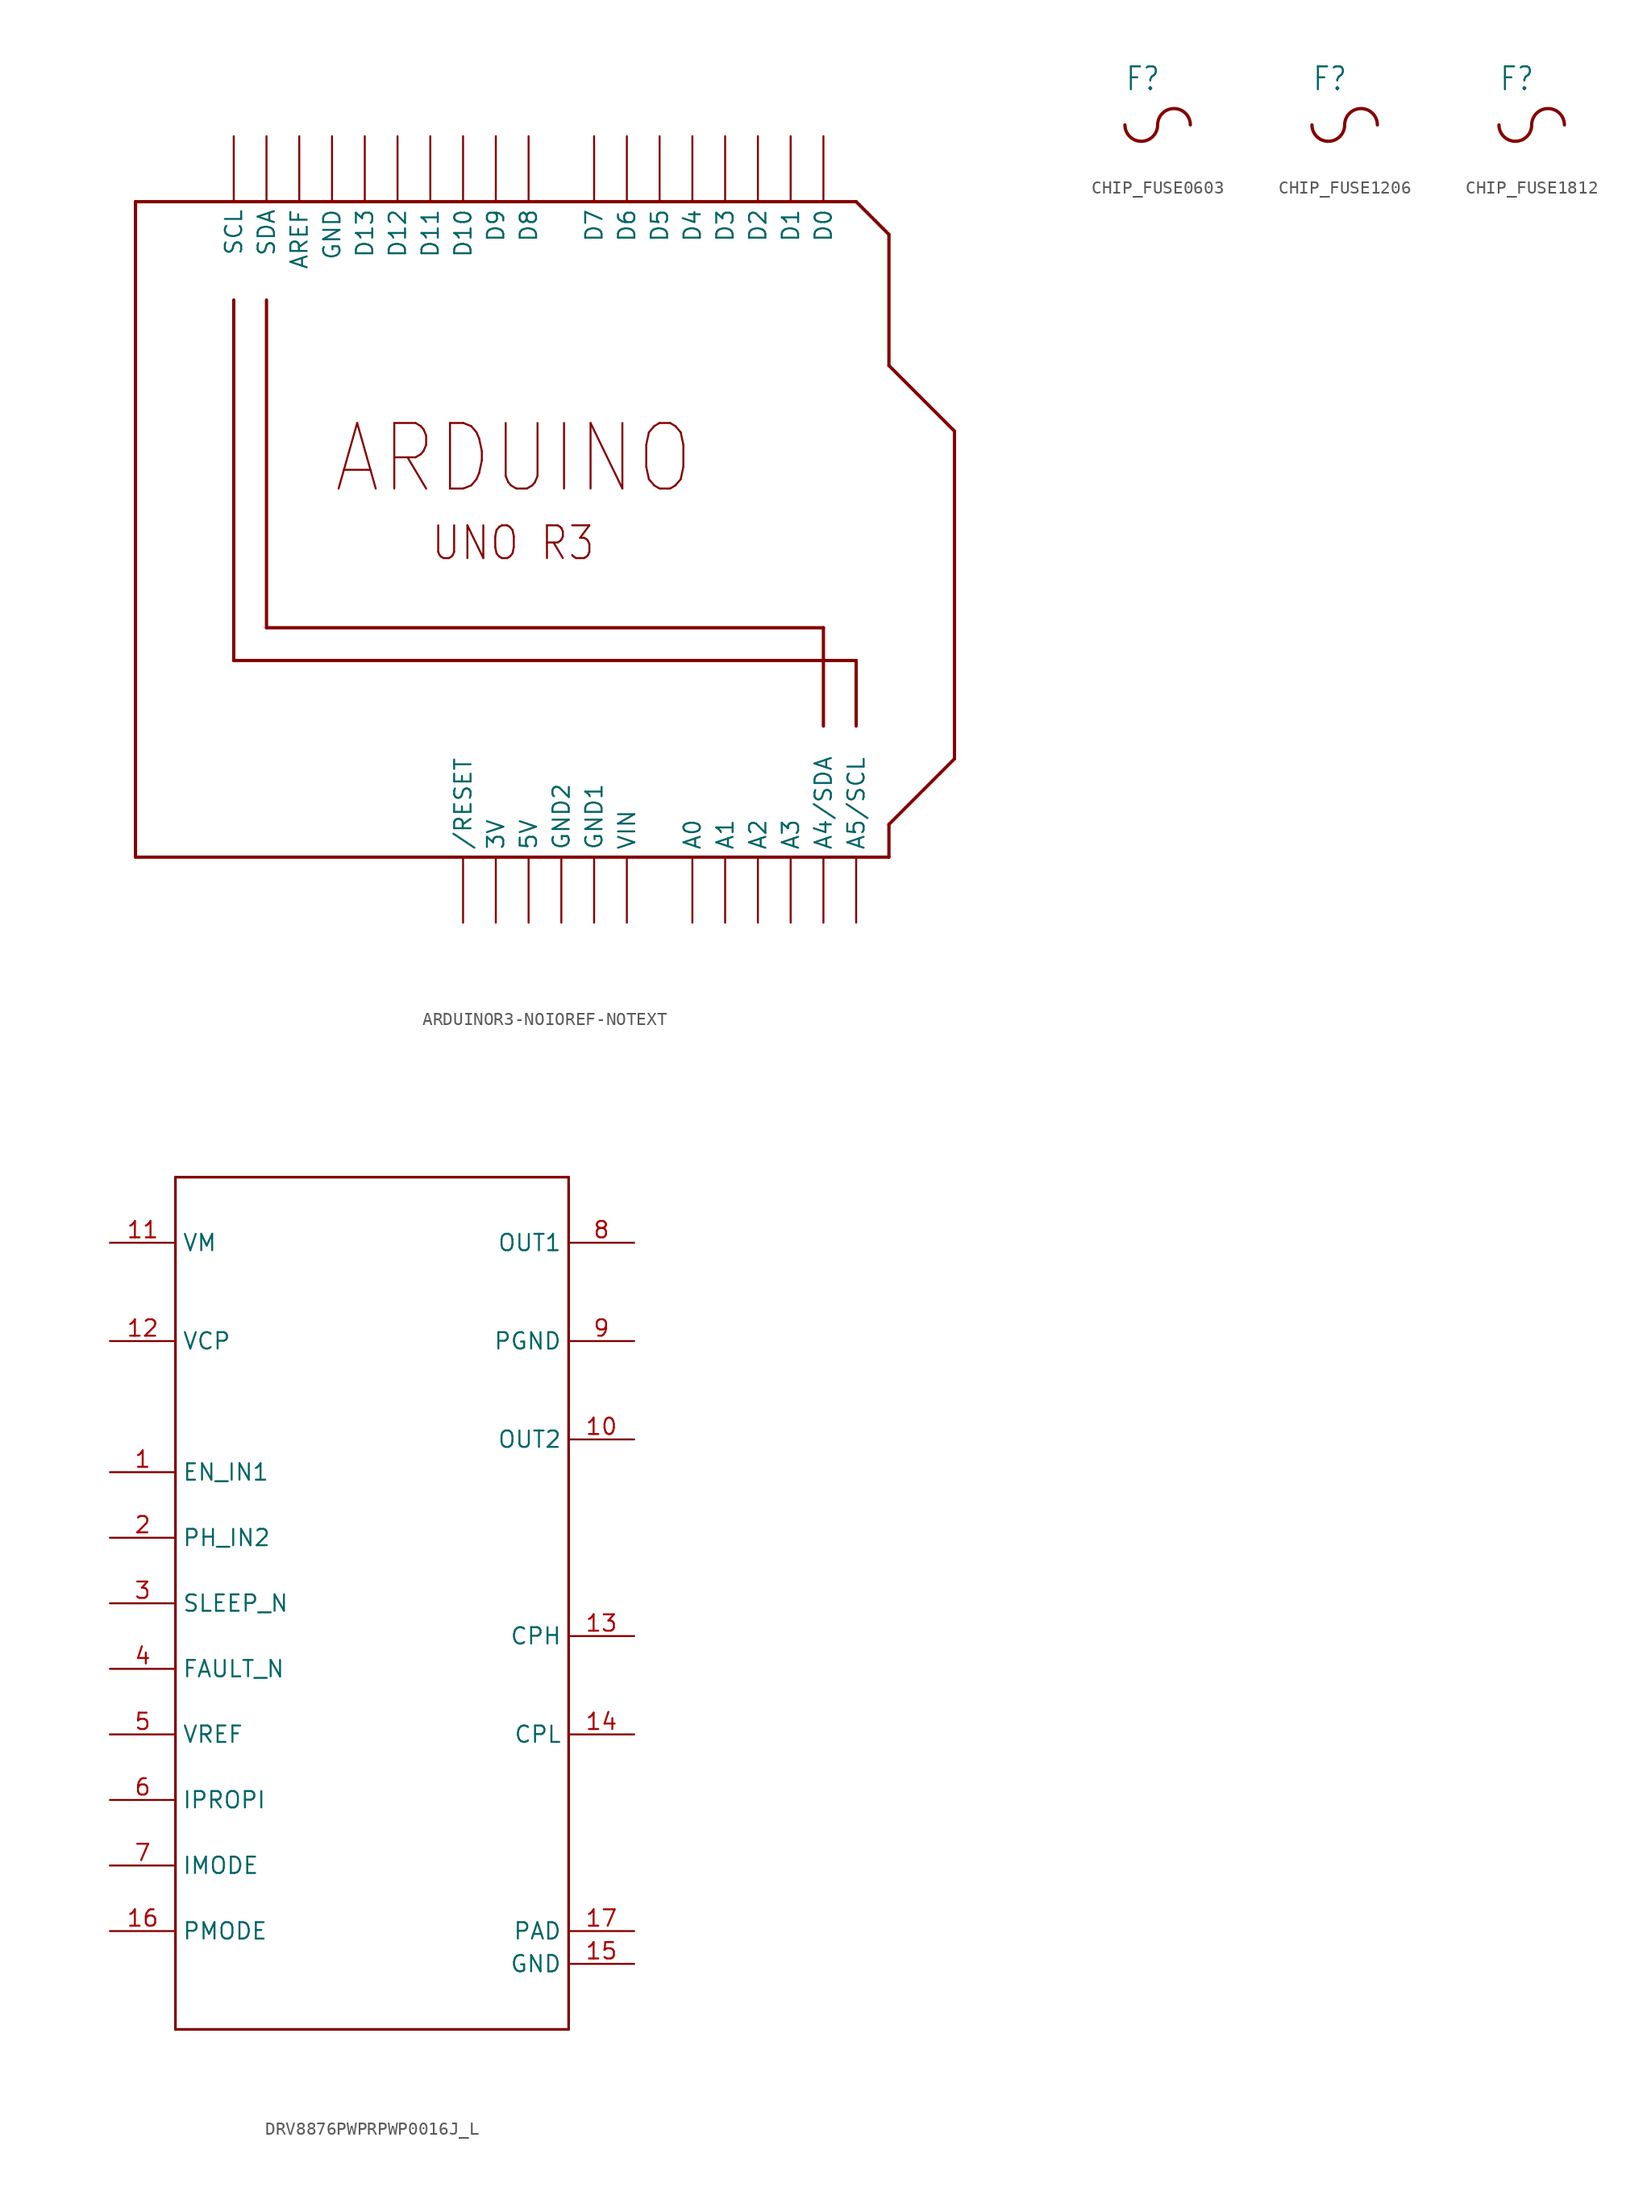
<source format=kicad_sym>
(kicad_symbol_lib
  (version 20220914)
  (generator kicad_symbol_editor)
  (symbol "ARDUINOR3-NOIOREF-NOTEXT"
    (property "Reference" "Q"
      (at 0 0 0)
      (effects (font (size 1.27 1.27)) hide))
    (property "ki_locked" ""
      (at 0 0 0)
      (effects (font (size 1.27 1.27))))
    (symbol "ARDUINOR3-NOIOREF-NOTEXT_1_0"
      (polyline (pts (xy -33.02 -25.4) (xy 25.4 -25.4)) (stroke (width 0.254) (type solid)) (fill (type none)))
      (polyline (pts (xy -33.02 25.4) (xy -33.02 -25.4)) (stroke (width 0.254) (type solid)) (fill (type none)))
      (polyline (pts (xy -25.4 -10.16) (xy 22.86 -10.16)) (stroke (width 0.254) (type solid)) (fill (type none)))
      (polyline (pts (xy -25.4 17.78) (xy -25.4 -10.16)) (stroke (width 0.254) (type solid)) (fill (type none)))
      (polyline (pts (xy -22.86 -7.62) (xy 20.32 -7.62)) (stroke (width 0.254) (type solid)) (fill (type none)))
      (polyline (pts (xy -22.86 17.78) (xy -22.86 -7.62)) (stroke (width 0.254) (type solid)) (fill (type none)))
      (polyline (pts (xy 20.32 -7.62) (xy 20.32 -15.24)) (stroke (width 0.254) (type solid)) (fill (type none)))
      (polyline (pts (xy 22.86 -10.16) (xy 22.86 -15.24)) (stroke (width 0.254) (type solid)) (fill (type none)))
      (polyline (pts (xy 22.86 25.4) (xy -33.02 25.4)) (stroke (width 0.254) (type solid)) (fill (type none)))
      (polyline (pts (xy 25.4 -25.4) (xy 25.4 -22.86)) (stroke (width 0.254) (type solid)) (fill (type none)))
      (polyline (pts (xy 25.4 -22.86) (xy 30.48 -17.78)) (stroke (width 0.254) (type solid)) (fill (type none)))
      (polyline (pts (xy 25.4 12.7) (xy 25.4 22.86)) (stroke (width 0.254) (type solid)) (fill (type none)))
      (polyline (pts (xy 25.4 22.86) (xy 22.86 25.4)) (stroke (width 0.254) (type solid)) (fill (type none)))
      (polyline (pts (xy 30.48 -17.78) (xy 30.48 7.62)) (stroke (width 0.254) (type solid)) (fill (type none)))
      (polyline (pts (xy 30.48 7.62) (xy 25.4 12.7)) (stroke (width 0.254) (type solid)) (fill (type none)))
      (text "ARDUINO" (at -17.78 2.54 0) (effects (font (size 5.08 4.318)) (justify left bottom)))
      (text "UNO R3" (at -10.16 -2.54 0) (effects (font (size 2.54 2.159)) (justify left bottom)))
      (pin power_in line (at -5.08 -30.48 90) (length 5.08) (name "3V" (effects (font (size 1.27 1.27)))) (number "3V" (effects (font (size 0 0)))))
      (pin power_in line (at -2.54 -30.48 90) (length 5.08) (name "5V" (effects (font (size 1.27 1.27)))) (number "5V" (effects (font (size 0 0)))))
      (pin bidirectional line (at 10.16 -30.48 90) (length 5.08) (name "A0" (effects (font (size 1.27 1.27)))) (number "A0" (effects (font (size 0 0)))))
      (pin bidirectional line (at 12.7 -30.48 90) (length 5.08) (name "A1" (effects (font (size 1.27 1.27)))) (number "A1" (effects (font (size 0 0)))))
      (pin bidirectional line (at 15.24 -30.48 90) (length 5.08) (name "A2" (effects (font (size 1.27 1.27)))) (number "A2" (effects (font (size 0 0)))))
      (pin bidirectional line (at 17.78 -30.48 90) (length 5.08) (name "A3" (effects (font (size 1.27 1.27)))) (number "A3" (effects (font (size 0 0)))))
      (pin bidirectional line (at 20.32 -30.48 90) (length 5.08) (name "A4/SDA" (effects (font (size 1.27 1.27)))) (number "A4" (effects (font (size 0 0)))))
      (pin bidirectional line (at 22.86 -30.48 90) (length 5.08) (name "A5/SCL" (effects (font (size 1.27 1.27)))) (number "A5" (effects (font (size 0 0)))))
      (pin bidirectional line (at -20.32 30.48 270) (length 5.08) (name "AREF" (effects (font (size 1.27 1.27)))) (number "AREF" (effects (font (size 0 0)))))
      (pin bidirectional line (at 20.32 30.48 270) (length 5.08) (name "D0" (effects (font (size 1.27 1.27)))) (number "D0" (effects (font (size 0 0)))))
      (pin bidirectional line (at 17.78 30.48 270) (length 5.08) (name "D1" (effects (font (size 1.27 1.27)))) (number "D1" (effects (font (size 0 0)))))
      (pin bidirectional line (at -7.62 30.48 270) (length 5.08) (name "D10" (effects (font (size 1.27 1.27)))) (number "D10" (effects (font (size 0 0)))))
      (pin bidirectional line (at -10.16 30.48 270) (length 5.08) (name "D11" (effects (font (size 1.27 1.27)))) (number "D11" (effects (font (size 0 0)))))
      (pin bidirectional line (at -12.7 30.48 270) (length 5.08) (name "D12" (effects (font (size 1.27 1.27)))) (number "D12" (effects (font (size 0 0)))))
      (pin bidirectional line (at -15.24 30.48 270) (length 5.08) (name "D13" (effects (font (size 1.27 1.27)))) (number "D13" (effects (font (size 0 0)))))
      (pin bidirectional line (at 15.24 30.48 270) (length 5.08) (name "D2" (effects (font (size 1.27 1.27)))) (number "D2" (effects (font (size 0 0)))))
      (pin bidirectional line (at 12.7 30.48 270) (length 5.08) (name "D3" (effects (font (size 1.27 1.27)))) (number "D3" (effects (font (size 0 0)))))
      (pin bidirectional line (at 10.16 30.48 270) (length 5.08) (name "D4" (effects (font (size 1.27 1.27)))) (number "D4" (effects (font (size 0 0)))))
      (pin bidirectional line (at 7.62 30.48 270) (length 5.08) (name "D5" (effects (font (size 1.27 1.27)))) (number "D5" (effects (font (size 0 0)))))
      (pin bidirectional line (at 5.08 30.48 270) (length 5.08) (name "D6" (effects (font (size 1.27 1.27)))) (number "D6" (effects (font (size 0 0)))))
      (pin bidirectional line (at 2.54 30.48 270) (length 5.08) (name "D7" (effects (font (size 1.27 1.27)))) (number "D7" (effects (font (size 0 0)))))
      (pin bidirectional line (at -2.54 30.48 270) (length 5.08) (name "D8" (effects (font (size 1.27 1.27)))) (number "D8" (effects (font (size 0 0)))))
      (pin bidirectional line (at -5.08 30.48 270) (length 5.08) (name "D9" (effects (font (size 1.27 1.27)))) (number "D9" (effects (font (size 0 0)))))
      (pin power_in line (at -17.78 30.48 270) (length 5.08) (name "GND" (effects (font (size 1.27 1.27)))) (number "GND" (effects (font (size 0 0)))))
      (pin power_in line (at 2.54 -30.48 90) (length 5.08) (name "GND1" (effects (font (size 1.27 1.27)))) (number "GND1" (effects (font (size 0 0)))))
      (pin power_in line (at 0 -30.48 90) (length 5.08) (name "GND2" (effects (font (size 1.27 1.27)))) (number "GND2" (effects (font (size 0 0)))))
      (pin bidirectional line (at -7.62 -30.48 90) (length 5.08) (name "/RESET" (effects (font (size 1.27 1.27)))) (number "RESET" (effects (font (size 0 0)))))
      (pin bidirectional line (at -25.4 30.48 270) (length 5.08) (name "SCL" (effects (font (size 1.27 1.27)))) (number "SCL" (effects (font (size 0 0)))))
      (pin bidirectional line (at -22.86 30.48 270) (length 5.08) (name "SDA" (effects (font (size 1.27 1.27)))) (number "SDA" (effects (font (size 0 0)))))
      (pin power_in line (at 5.08 -30.48 90) (length 5.08) (name "VIN" (effects (font (size 1.27 1.27)))) (number "VIN" (effects (font (size 0 0)))))))
  (symbol "CHIP_FUSE0603"
    (property "Reference" "F"
      (at -2.54 2.54 0)
      (effects (font (size 1.778 1.511)) (justify left bottom)))
    (property "Value" ""
      (at -2.54 -2.54 0)
      (effects (font (size 1.778 1.511)) (justify left top)))
    (property "ki_locked" ""
      (at 0 0 0)
      (effects (font (size 1.27 1.27))))
    (symbol "CHIP_FUSE0603_1_0"
      (arc (start -2.54 0) (mid -1.27 -1.27) (end 0 0) (stroke (width 0.254) (type solid)) (fill (type none)))
      (arc (start 2.54 0) (mid 1.27 1.27) (end 0 0) (stroke (width 0.254) (type solid)) (fill (type none)))
      (pin bidirectional line (at -2.54 0 0) (length 0) (name "1" (effects (font (size 0 0)))) (number "1" (effects (font (size 0 0)))))
      (pin bidirectional line (at 2.54 0 180) (length 0) (name "2" (effects (font (size 0 0)))) (number "2" (effects (font (size 0 0)))))))
  (symbol "CHIP_FUSE1206"
    (property "Reference" "F"
      (at -2.54 2.54 0)
      (effects (font (size 1.778 1.511)) (justify left bottom)))
    (property "Value" ""
      (at -2.54 -2.54 0)
      (effects (font (size 1.778 1.511)) (justify left top)))
    (property "ki_locked" ""
      (at 0 0 0)
      (effects (font (size 1.27 1.27))))
    (symbol "CHIP_FUSE1206_1_0"
      (arc (start -2.54 0) (mid -1.27 -1.27) (end 0 0) (stroke (width 0.254) (type solid)) (fill (type none)))
      (arc (start 2.54 0) (mid 1.27 1.27) (end 0 0) (stroke (width 0.254) (type solid)) (fill (type none)))
      (pin bidirectional line (at -2.54 0 0) (length 0) (name "1" (effects (font (size 0 0)))) (number "1" (effects (font (size 0 0)))))
      (pin bidirectional line (at 2.54 0 180) (length 0) (name "2" (effects (font (size 0 0)))) (number "2" (effects (font (size 0 0)))))))
  (symbol "CHIP_FUSE1812"
    (property "Reference" "F"
      (at -2.54 2.54 0)
      (effects (font (size 1.778 1.511)) (justify left bottom)))
    (property "Value" ""
      (at -2.54 -2.54 0)
      (effects (font (size 1.778 1.511)) (justify left top)))
    (property "ki_locked" ""
      (at 0 0 0)
      (effects (font (size 1.27 1.27))))
    (symbol "CHIP_FUSE1812_1_0"
      (arc (start -2.54 0) (mid -1.27 -1.27) (end 0 0) (stroke (width 0.254) (type solid)) (fill (type none)))
      (arc (start 2.54 0) (mid 1.27 1.27) (end 0 0) (stroke (width 0.254) (type solid)) (fill (type none)))
      (pin bidirectional line (at -2.54 0 0) (length 0) (name "1" (effects (font (size 0 0)))) (number "1" (effects (font (size 0 0)))))
      (pin bidirectional line (at 2.54 0 180) (length 0) (name "2" (effects (font (size 0 0)))) (number "2" (effects (font (size 0 0)))))))
  (symbol "DRV8876PWPRPWP0016J_L"
    (property "Reference" "U"
      (at -4.724 1.499 0)
      (effects (font (size 2.083 1.77)) (justify left bottom) hide))
    (property "ki_locked" ""
      (at 0 0 0)
      (effects (font (size 1.27 1.27))))
    (symbol "DRV8876PWPRPWP0016J_L_1_0"
      (polyline (pts (xy -15.24 -33.02) (xy 15.24 -33.02)) (stroke (width 0.203) (type solid)) (fill (type none)))
      (polyline (pts (xy -15.24 33.02) (xy -15.24 -33.02)) (stroke (width 0.203) (type solid)) (fill (type none)))
      (polyline (pts (xy 15.24 -33.02) (xy 15.24 33.02)) (stroke (width 0.203) (type solid)) (fill (type none)))
      (polyline (pts (xy 15.24 33.02) (xy -15.24 33.02)) (stroke (width 0.203) (type solid)) (fill (type none)))
      (pin input line (at -20.32 10.16 0) (length 5.08) (name "EN_IN1" (effects (font (size 1.27 1.27)))) (number "1" (effects (font (size 1.27 1.27)))))
      (pin output line (at 20.32 12.7 180) (length 5.08) (name "OUT2" (effects (font (size 1.27 1.27)))) (number "10" (effects (font (size 1.27 1.27)))))
      (pin power_in line (at -20.32 27.94 0) (length 5.08) (name "VM" (effects (font (size 1.27 1.27)))) (number "11" (effects (font (size 1.27 1.27)))))
      (pin power_in line (at -20.32 20.32 0) (length 5.08) (name "VCP" (effects (font (size 1.27 1.27)))) (number "12" (effects (font (size 1.27 1.27)))))
      (pin power_in line (at 20.32 -2.54 180) (length 5.08) (name "CPH" (effects (font (size 1.27 1.27)))) (number "13" (effects (font (size 1.27 1.27)))))
      (pin power_in line (at 20.32 -10.16 180) (length 5.08) (name "CPL" (effects (font (size 1.27 1.27)))) (number "14" (effects (font (size 1.27 1.27)))))
      (pin power_in line (at 20.32 -27.94 180) (length 5.08) (name "GND" (effects (font (size 1.27 1.27)))) (number "15" (effects (font (size 1.27 1.27)))))
      (pin input line (at -20.32 -25.4 0) (length 5.08) (name "PMODE" (effects (font (size 1.27 1.27)))) (number "16" (effects (font (size 1.27 1.27)))))
      (pin power_in line (at 20.32 -25.4 180) (length 5.08) (name "PAD" (effects (font (size 1.27 1.27)))) (number "17" (effects (font (size 1.27 1.27)))))
      (pin input line (at -20.32 5.08 0) (length 5.08) (name "PH_IN2" (effects (font (size 1.27 1.27)))) (number "2" (effects (font (size 1.27 1.27)))))
      (pin input line (at -20.32 0 0) (length 5.08) (name "SLEEP_N" (effects (font (size 1.27 1.27)))) (number "3" (effects (font (size 1.27 1.27)))))
      (pin open_collector line (at -20.32 -5.08 0) (length 5.08) (name "FAULT_N" (effects (font (size 1.27 1.27)))) (number "4" (effects (font (size 1.27 1.27)))))
      (pin power_in line (at -20.32 -10.16 0) (length 5.08) (name "VREF" (effects (font (size 1.27 1.27)))) (number "5" (effects (font (size 1.27 1.27)))))
      (pin output line (at -20.32 -15.24 0) (length 5.08) (name "IPROPI" (effects (font (size 1.27 1.27)))) (number "6" (effects (font (size 1.27 1.27)))))
      (pin input line (at -20.32 -20.32 0) (length 5.08) (name "IMODE" (effects (font (size 1.27 1.27)))) (number "7" (effects (font (size 1.27 1.27)))))
      (pin output line (at 20.32 27.94 180) (length 5.08) (name "OUT1" (effects (font (size 1.27 1.27)))) (number "8" (effects (font (size 1.27 1.27)))))
      (pin power_in line (at 20.32 20.32 180) (length 5.08) (name "PGND" (effects (font (size 1.27 1.27)))) (number "9" (effects (font (size 1.27 1.27))))))))
</source>
